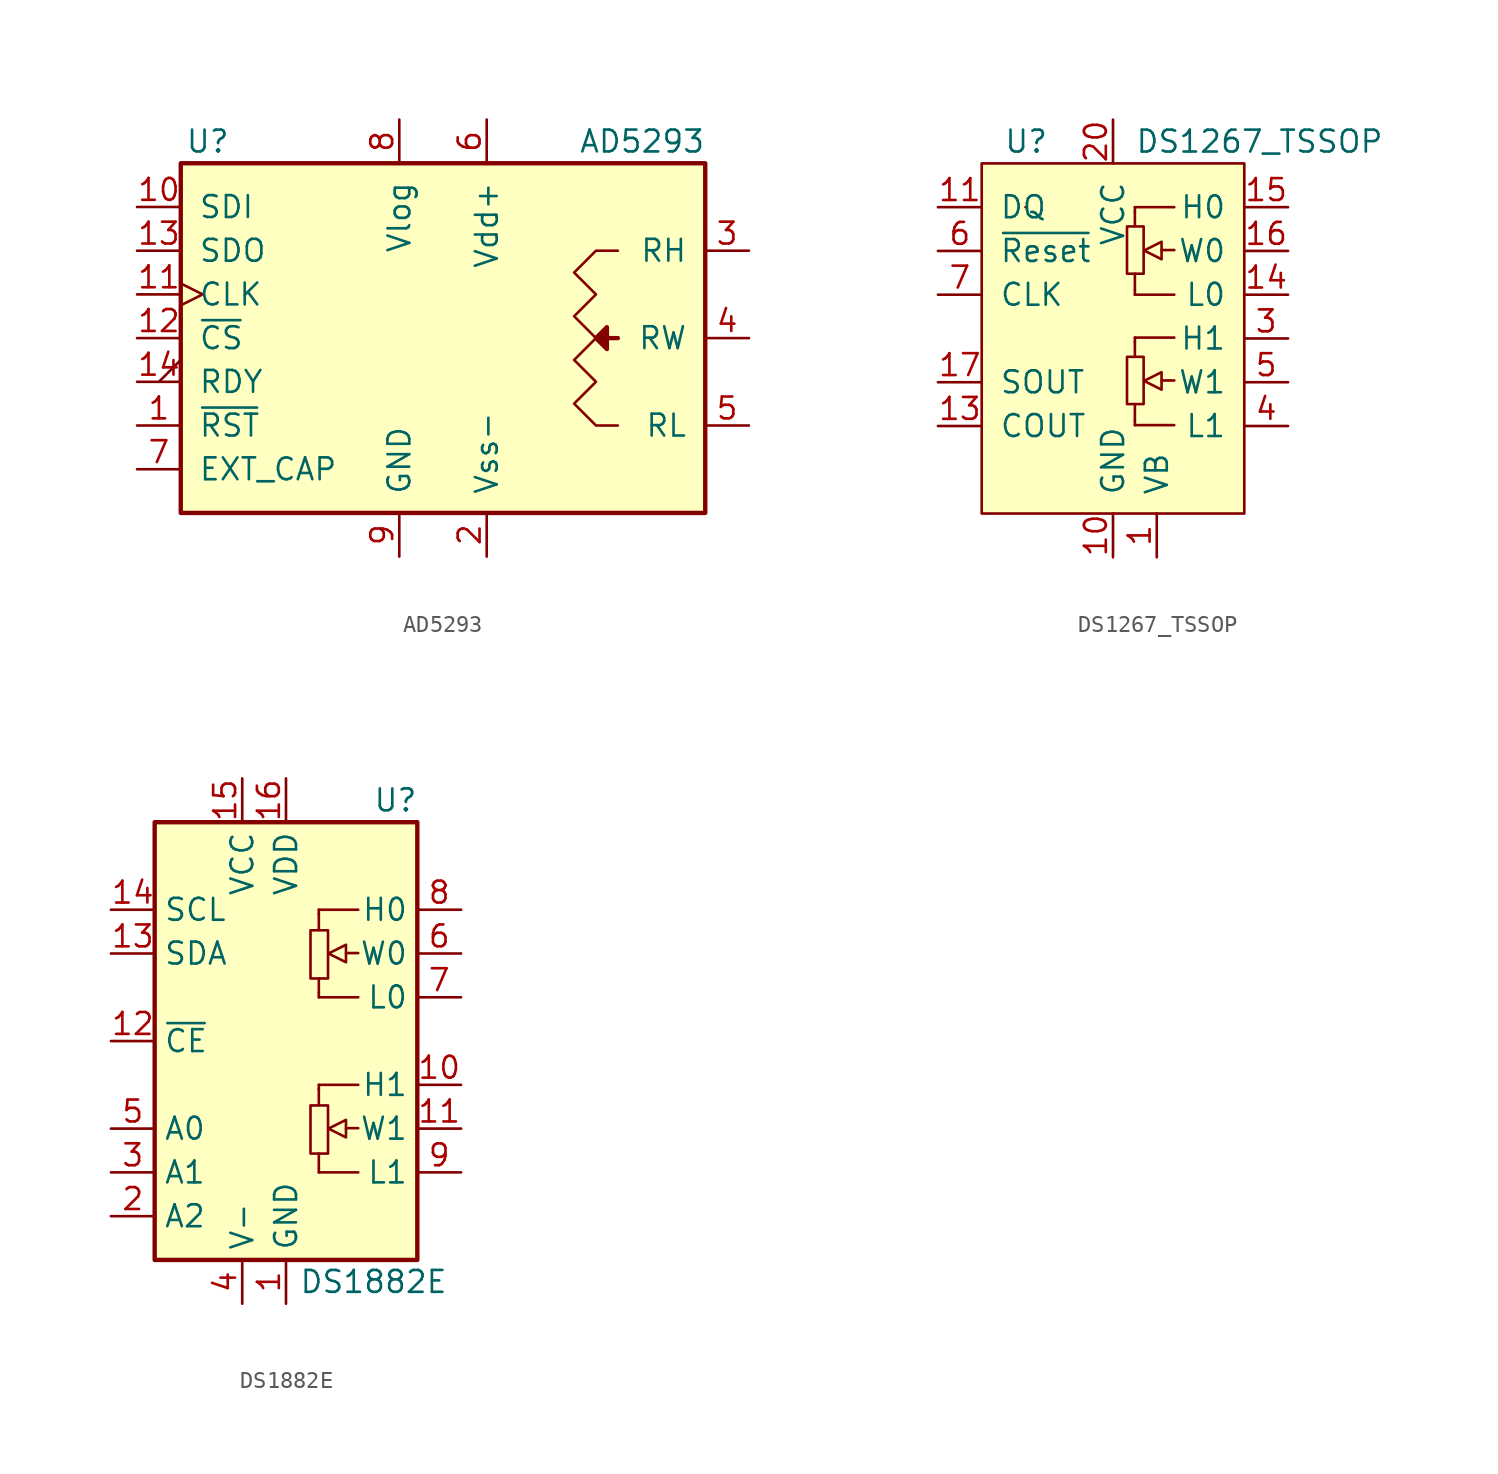
<source format=kicad_sym>
(kicad_symbol_lib
  (version 20201005)
  (generator kicad_symbol_editor)
  (symbol "Potentiometer_Digital:AD5293"
    (pin_names
      (offset 1.016))
    (property "Reference" "U"
      (at -14.986 11.43 0)
      (effects (font (size 1.27 1.27)) (justify left)))
    (property "Value" "AD5293"
      (at 7.874 11.43 0)
      (effects (font (size 1.27 1.27)) (justify left)))
    (symbol "AD5293_0_1"
      (rectangle (start -15.24 10.16) (end 15.24 -10.16) (stroke (width 0.254)) (fill (type background)))
      (polyline (pts (xy 9.525 0) (xy 10.16 0)) (stroke (width 0.254)) (fill (type none)))
      (polyline (pts (xy 8.89 0) (xy 9.525 0.635) (xy 9.525 -0.635) (xy 8.89 0)) (stroke (width 0.254)) (fill (type outline)))
      (polyline (pts (xy 10.16 5.08) (xy 8.89 5.08) (xy 7.62 3.81) (xy 8.89 2.54) (xy 7.62 1.27) (xy 8.89 0) (xy 7.62 -1.27) (xy 8.89 -2.54) (xy 7.62 -3.81) (xy 8.89 -5.08) (xy 10.16 -5.08) (xy 10.16 -5.08) (xy 10.16 -5.08)) (stroke (width 0)) (fill (type none))))
    (symbol "AD5293_1_1"
      (pin input line (at -17.78 -5.08 0) (length 2.54) (name "~RST~" (effects (font (size 1.27 1.27)))) (number "1" (effects (font (size 1.27 1.27)))))
      (pin input line (at -17.78 7.62 0) (length 2.54) (name "SDI" (effects (font (size 1.27 1.27)))) (number "10" (effects (font (size 1.27 1.27)))))
      (pin input clock (at -17.78 2.54 0) (length 2.54) (name "CLK" (effects (font (size 1.27 1.27)))) (number "11" (effects (font (size 1.27 1.27)))))
      (pin input line (at -17.78 0 0) (length 2.54) (name "~CS~" (effects (font (size 1.27 1.27)))) (number "12" (effects (font (size 1.27 1.27)))))
      (pin output line (at -17.78 5.08 0) (length 2.54) (name "SDO" (effects (font (size 1.27 1.27)))) (number "13" (effects (font (size 1.27 1.27)))))
      (pin open_collector output_low (at -17.78 -2.54 0) (length 2.54) (name "RDY" (effects (font (size 1.27 1.27)))) (number "14" (effects (font (size 1.27 1.27)))))
      (pin power_in line (at 2.54 -12.7 90) (length 2.54) (name "Vss-" (effects (font (size 1.27 1.27)))) (number "2" (effects (font (size 1.27 1.27)))))
      (pin passive line (at 17.78 5.08 180) (length 2.54) (name "RH" (effects (font (size 1.27 1.27)))) (number "3" (effects (font (size 1.27 1.27)))))
      (pin passive line (at 17.78 0 180) (length 2.54) (name "RW" (effects (font (size 1.27 1.27)))) (number "4" (effects (font (size 1.27 1.27)))))
      (pin passive line (at 17.78 -5.08 180) (length 2.54) (name "RL" (effects (font (size 1.27 1.27)))) (number "5" (effects (font (size 1.27 1.27)))))
      (pin power_in line (at 2.54 12.7 270) (length 2.54) (name "Vdd+" (effects (font (size 1.27 1.27)))) (number "6" (effects (font (size 1.27 1.27)))))
      (pin passive line (at -17.78 -7.62 0) (length 2.54) (name "EXT_CAP" (effects (font (size 1.27 1.27)))) (number "7" (effects (font (size 1.27 1.27)))))
      (pin power_in line (at -2.54 12.7 270) (length 2.54) (name "Vlog" (effects (font (size 1.27 1.27)))) (number "8" (effects (font (size 1.27 1.27)))))
      (pin power_in line (at -2.54 -12.7 90) (length 2.54) (name "GND" (effects (font (size 1.27 1.27)))) (number "9" (effects (font (size 1.27 1.27)))))))
  (symbol "Potentiometer_Digital:DS1267_TSSOP"
    (pin_names
      (offset 1.016))
    (property "Reference" "U"
      (at -6.35 11.43 0)
      (effects (font (size 1.27 1.27)) (justify left)))
    (property "Value" "DS1267_TSSOP"
      (at 1.27 11.43 0)
      (effects (font (size 1.27 1.27)) (justify left)))
    (symbol "DS1267_TSSOP_0_1"
      (rectangle (start -7.62 10.16) (end 7.62 -10.16) (stroke (width 0)) (fill (type background)))
      (rectangle (start -5.08 7.62) (end -5.08 7.62) (stroke (width 0)) (fill (type none)))
      (rectangle (start 0.813 -1.067) (end 1.778 -3.81) (stroke (width 0)) (fill (type none)))
      (rectangle (start 0.813 6.502) (end 1.778 3.759) (stroke (width 0)) (fill (type none)))
      (polyline (pts (xy 1.27 -4.775) (xy 1.27 -3.81)) (stroke (width 0)) (fill (type none)))
      (polyline (pts (xy 1.27 -0.203) (xy 1.27 -1.041)) (stroke (width 0)) (fill (type none)))
      (polyline (pts (xy 1.27 2.794) (xy 1.27 3.759)) (stroke (width 0)) (fill (type none)))
      (polyline (pts (xy 1.27 7.366) (xy 1.27 6.528)) (stroke (width 0)) (fill (type none)))
      (polyline (pts (xy 2.819 -2.438) (xy 3.556 -2.438)) (stroke (width 0)) (fill (type none)))
      (polyline (pts (xy 2.819 5.131) (xy 3.556 5.131)) (stroke (width 0)) (fill (type none)))
      (polyline (pts (xy 1.27 -5.029) (xy 1.27 -4.775) (xy 1.27 -4.775)) (stroke (width 0)) (fill (type background)))
      (polyline (pts (xy 1.27 -5.029) (xy 3.556 -5.029) (xy 3.556 -5.029)) (stroke (width 0)) (fill (type background)))
      (polyline (pts (xy 1.27 0.051) (xy 1.27 -0.203) (xy 1.27 -0.203)) (stroke (width 0)) (fill (type none)))
      (polyline (pts (xy 1.27 0.051) (xy 3.556 0.051) (xy 3.556 0.051)) (stroke (width 0)) (fill (type background)))
      (polyline (pts (xy 1.27 2.54) (xy 1.27 2.794) (xy 1.27 2.794)) (stroke (width 0)) (fill (type background)))
      (polyline (pts (xy 1.27 2.54) (xy 3.556 2.54) (xy 3.556 2.54)) (stroke (width 0)) (fill (type background)))
      (polyline (pts (xy 1.27 7.62) (xy 1.27 7.366) (xy 1.27 7.366)) (stroke (width 0)) (fill (type none)))
      (polyline (pts (xy 1.27 7.62) (xy 3.556 7.62) (xy 3.556 7.62)) (stroke (width 0)) (fill (type background)))
      (polyline (pts (xy 2.819 -1.956) (xy 2.819 -2.972) (xy 1.803 -2.464) (xy 2.819 -1.956) (xy 2.819 -1.956)) (stroke (width 0)) (fill (type background)))
      (polyline (pts (xy 2.819 5.613) (xy 2.819 4.597) (xy 1.803 5.105) (xy 2.819 5.613) (xy 2.819 5.613)) (stroke (width 0)) (fill (type background))))
    (symbol "DS1267_TSSOP_1_1"
      (pin power_in line (at 2.54 -12.7 90) (length 2.54) (name "VB" (effects (font (size 1.27 1.27)))) (number "1" (effects (font (size 1.27 1.27)))))
      (pin power_in line (at 0 -12.7 90) (length 2.54) (name "GND" (effects (font (size 1.27 1.27)))) (number "10" (effects (font (size 1.27 1.27)))))
      (pin input line (at -10.16 7.62 0) (length 2.54) (name "DQ" (effects (font (size 1.27 1.27)))) (number "11" (effects (font (size 1.27 1.27)))))
      (pin output line (at -10.16 -5.08 0) (length 2.54) (name "COUT" (effects (font (size 1.27 1.27)))) (number "13" (effects (font (size 1.27 1.27)))))
      (pin passive line (at 10.16 2.54 180) (length 2.54) (name "L0" (effects (font (size 1.27 1.27)))) (number "14" (effects (font (size 1.27 1.27)))))
      (pin passive line (at 10.16 7.62 180) (length 2.54) (name "H0" (effects (font (size 1.27 1.27)))) (number "15" (effects (font (size 1.27 1.27)))))
      (pin passive line (at 10.16 5.08 180) (length 2.54) (name "W0" (effects (font (size 1.27 1.27)))) (number "16" (effects (font (size 1.27 1.27)))))
      (pin output line (at -10.16 -2.54 0) (length 2.54) (name "SOUT" (effects (font (size 1.27 1.27)))) (number "17" (effects (font (size 1.27 1.27)))))
      (pin power_in line (at 0 12.7 270) (length 2.54) (name "VCC" (effects (font (size 1.27 1.27)))) (number "20" (effects (font (size 1.27 1.27)))))
      (pin passive line (at 10.16 0 180) (length 2.54) (name "H1" (effects (font (size 1.27 1.27)))) (number "3" (effects (font (size 1.27 1.27)))))
      (pin passive line (at 10.16 -5.08 180) (length 2.54) (name "L1" (effects (font (size 1.27 1.27)))) (number "4" (effects (font (size 1.27 1.27)))))
      (pin passive line (at 10.16 -2.54 180) (length 2.54) (name "W1" (effects (font (size 1.27 1.27)))) (number "5" (effects (font (size 1.27 1.27)))))
      (pin input line (at -10.16 5.08 0) (length 2.54) (name "~Reset" (effects (font (size 1.27 1.27)))) (number "6" (effects (font (size 1.27 1.27)))))
      (pin input line (at -10.16 2.54 0) (length 2.54) (name "CLK" (effects (font (size 1.27 1.27)))) (number "7" (effects (font (size 1.27 1.27)))))))
  (symbol "Potentiometer_Digital:DS1882E"
    (property "Reference" "U"
      (at 6.35 13.97 0)
      (effects (font (size 1.27 1.27))))
    (property "Value" "DS1882E"
      (at 5.08 -13.97 0)
      (effects (font (size 1.27 1.27))))
    (symbol "DS1882E_0_1"
      (rectangle (start -7.62 12.7) (end 7.62 -12.7) (stroke (width 0.254)) (fill (type background))))
    (symbol "DS1882E_1_1"
      (rectangle (start 1.422 -3.734) (end 2.438 -6.528) (stroke (width 0)) (fill (type none)))
      (rectangle (start 1.422 6.426) (end 2.438 3.632) (stroke (width 0)) (fill (type none)))
      (polyline (pts (xy 1.905 -7.366) (xy 1.905 -6.528)) (stroke (width 0)) (fill (type none)))
      (polyline (pts (xy 1.905 -2.769) (xy 1.905 -3.708)) (stroke (width 0)) (fill (type none)))
      (polyline (pts (xy 1.905 2.794) (xy 1.905 3.632)) (stroke (width 0)) (fill (type none)))
      (polyline (pts (xy 1.905 7.391) (xy 1.905 6.452)) (stroke (width 0)) (fill (type none)))
      (polyline (pts (xy 3.48 -5.055) (xy 4.191 -5.055)) (stroke (width 0)) (fill (type none)))
      (polyline (pts (xy 3.48 5.105) (xy 4.191 5.105)) (stroke (width 0)) (fill (type none)))
      (polyline (pts (xy 1.905 -7.62) (xy 1.905 -7.366) (xy 1.905 -7.366)) (stroke (width 0)) (fill (type background)))
      (polyline (pts (xy 1.905 -7.62) (xy 4.191 -7.62) (xy 4.191 -7.62)) (stroke (width 0)) (fill (type background)))
      (polyline (pts (xy 1.905 -2.54) (xy 1.905 -2.794) (xy 1.905 -2.794)) (stroke (width 0)) (fill (type none)))
      (polyline (pts (xy 1.905 -2.54) (xy 4.191 -2.54) (xy 4.191 -2.54)) (stroke (width 0)) (fill (type background)))
      (polyline (pts (xy 1.905 2.54) (xy 1.905 2.794) (xy 1.905 2.794)) (stroke (width 0)) (fill (type background)))
      (polyline (pts (xy 1.905 2.54) (xy 4.191 2.54) (xy 4.191 2.54)) (stroke (width 0)) (fill (type background)))
      (polyline (pts (xy 1.905 7.62) (xy 1.905 7.366) (xy 1.905 7.366)) (stroke (width 0)) (fill (type none)))
      (polyline (pts (xy 1.905 7.62) (xy 4.191 7.62) (xy 4.191 7.62)) (stroke (width 0)) (fill (type background)))
      (polyline (pts (xy 3.48 -4.572) (xy 3.48 -5.588) (xy 2.464 -5.08) (xy 3.48 -4.572) (xy 3.48 -4.572)) (stroke (width 0)) (fill (type background)))
      (polyline (pts (xy 3.48 5.588) (xy 3.48 4.572) (xy 2.464 5.08) (xy 3.48 5.588) (xy 3.48 5.588)) (stroke (width 0)) (fill (type background)))
      (pin power_in line (at 0 -15.24 90) (length 2.54) (name "GND" (effects (font (size 1.27 1.27)))) (number "1" (effects (font (size 1.27 1.27)))))
      (pin passive line (at 10.16 -2.54 180) (length 2.54) (name "H1" (effects (font (size 1.27 1.27)))) (number "10" (effects (font (size 1.27 1.27)))))
      (pin passive line (at 10.16 -5.08 180) (length 2.54) (name "W1" (effects (font (size 1.27 1.27)))) (number "11" (effects (font (size 1.27 1.27)))))
      (pin input line (at -10.16 0 0) (length 2.54) (name "~CE" (effects (font (size 1.27 1.27)))) (number "12" (effects (font (size 1.27 1.27)))))
      (pin bidirectional line (at -10.16 5.08 0) (length 2.54) (name "SDA" (effects (font (size 1.27 1.27)))) (number "13" (effects (font (size 1.27 1.27)))))
      (pin input line (at -10.16 7.62 0) (length 2.54) (name "SCL" (effects (font (size 1.27 1.27)))) (number "14" (effects (font (size 1.27 1.27)))))
      (pin power_in line (at -2.54 15.24 270) (length 2.54) (name "VCC" (effects (font (size 1.27 1.27)))) (number "15" (effects (font (size 1.27 1.27)))))
      (pin power_in line (at 0 15.24 270) (length 2.54) (name "VDD" (effects (font (size 1.27 1.27)))) (number "16" (effects (font (size 1.27 1.27)))))
      (pin input line (at -10.16 -10.16 0) (length 2.54) (name "A2" (effects (font (size 1.27 1.27)))) (number "2" (effects (font (size 1.27 1.27)))))
      (pin input line (at -10.16 -7.62 0) (length 2.54) (name "A1" (effects (font (size 1.27 1.27)))) (number "3" (effects (font (size 1.27 1.27)))))
      (pin power_in line (at -2.54 -15.24 90) (length 2.54) (name "V-" (effects (font (size 1.27 1.27)))) (number "4" (effects (font (size 1.27 1.27)))))
      (pin input line (at -10.16 -5.08 0) (length 2.54) (name "A0" (effects (font (size 1.27 1.27)))) (number "5" (effects (font (size 1.27 1.27)))))
      (pin passive line (at 10.16 5.08 180) (length 2.54) (name "W0" (effects (font (size 1.27 1.27)))) (number "6" (effects (font (size 1.27 1.27)))))
      (pin passive line (at 10.16 2.54 180) (length 2.54) (name "L0" (effects (font (size 1.27 1.27)))) (number "7" (effects (font (size 1.27 1.27)))))
      (pin passive line (at 10.16 7.62 180) (length 2.54) (name "H0" (effects (font (size 1.27 1.27)))) (number "8" (effects (font (size 1.27 1.27)))))
      (pin passive line (at 10.16 -7.62 180) (length 2.54) (name "L1" (effects (font (size 1.27 1.27)))) (number "9" (effects (font (size 1.27 1.27))))))))
</source>
